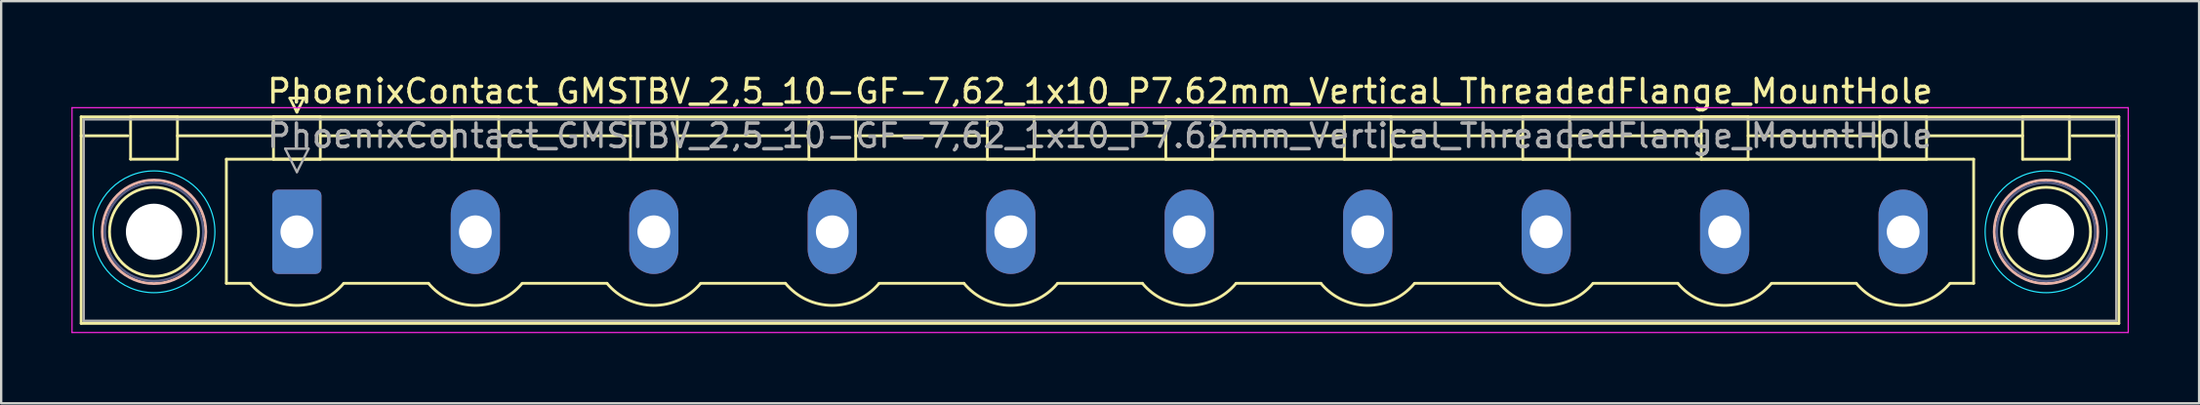
<source format=kicad_pcb>
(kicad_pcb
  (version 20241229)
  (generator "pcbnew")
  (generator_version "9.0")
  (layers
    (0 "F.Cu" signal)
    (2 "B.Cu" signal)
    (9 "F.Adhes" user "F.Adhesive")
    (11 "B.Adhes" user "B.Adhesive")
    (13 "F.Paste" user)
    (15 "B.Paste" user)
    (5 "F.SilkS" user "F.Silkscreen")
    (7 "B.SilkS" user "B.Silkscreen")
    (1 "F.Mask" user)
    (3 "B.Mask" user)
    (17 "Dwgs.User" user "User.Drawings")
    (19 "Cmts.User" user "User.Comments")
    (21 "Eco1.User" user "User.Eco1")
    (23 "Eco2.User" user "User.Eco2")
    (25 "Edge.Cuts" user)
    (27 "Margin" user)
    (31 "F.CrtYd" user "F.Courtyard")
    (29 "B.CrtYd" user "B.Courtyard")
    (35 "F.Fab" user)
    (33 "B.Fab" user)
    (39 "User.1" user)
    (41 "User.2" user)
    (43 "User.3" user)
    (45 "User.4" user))
  (footprint "PhoenixContact_GMSTBV_2,5_10-GF-7,62_1x10_P7.62mm_Vertical_ThreadedFlange_MountHole"
    (layer "F.Cu")
    (at 9.625 6.848)
    (property "Reference" "PhoenixContact_GMSTBV_2,5_10-GF-7,62_1x10_P7.62mm_Vertical_ThreadedFlange_MountHole" (at 34.29 -6 0) (layer "F.SilkS") (effects (font (size 1 1) (thickness 0.15))))
    (attr through_hole)
    (fp_line (start -9.21 -4.91) (end -9.21 3.91) (stroke (width 0.12) (type solid)) (layer "F.SilkS"))
    (fp_line (start -9.21 -4.1) (end -7.21 -4.1) (stroke (width 0.12) (type solid)) (layer "F.SilkS"))
    (fp_line (start -9.21 3.91) (end 77.79 3.91) (stroke (width 0.12) (type solid)) (layer "F.SilkS"))
    (fp_line (start -7.1 -4.91) (end -5.1 -4.91) (stroke (width 0.12) (type solid)) (layer "F.SilkS"))
    (fp_line (start -7.1 -3.1) (end -7.1 -4.91) (stroke (width 0.12) (type solid)) (layer "F.SilkS"))
    (fp_line (start -5.1 -4.91) (end -5.1 -3.1) (stroke (width 0.12) (type solid)) (layer "F.SilkS"))
    (fp_line (start -5.1 -4.1) (end -1 -4.1) (stroke (width 0.12) (type solid)) (layer "F.SilkS"))
    (fp_line (start -5.1 -3.1) (end -7.1 -3.1) (stroke (width 0.12) (type solid)) (layer "F.SilkS"))
    (fp_line (start -3.01 -3.1) (end 71.59 -3.1) (stroke (width 0.12) (type solid)) (layer "F.SilkS"))
    (fp_line (start -3.01 2.2) (end -3.01 -3.1) (stroke (width 0.12) (type solid)) (layer "F.SilkS"))
    (fp_line (start -2 2.2) (end -3.01 2.2) (stroke (width 0.12) (type solid)) (layer "F.SilkS"))
    (fp_line (start -1 -4.91) (end 1 -4.91) (stroke (width 0.12) (type solid)) (layer "F.SilkS"))
    (fp_line (start -1 -3.1) (end -1 -4.91) (stroke (width 0.12) (type solid)) (layer "F.SilkS"))
    (fp_line (start -0.3 -5.71) (end 0.3 -5.71) (stroke (width 0.12) (type solid)) (layer "F.SilkS"))
    (fp_line (start 0 -5.11) (end -0.3 -5.71) (stroke (width 0.12) (type solid)) (layer "F.SilkS"))
    (fp_line (start 0.3 -5.71) (end 0 -5.11) (stroke (width 0.12) (type solid)) (layer "F.SilkS"))
    (fp_line (start 1 -4.91) (end 1 -3.1) (stroke (width 0.12) (type solid)) (layer "F.SilkS"))
    (fp_line (start 1 -4.1) (end 6.62 -4.1) (stroke (width 0.12) (type solid)) (layer "F.SilkS"))
    (fp_line (start 1 -3.1) (end -1 -3.1) (stroke (width 0.12) (type solid)) (layer "F.SilkS"))
    (fp_line (start 2 2.2) (end 5.62 2.2) (stroke (width 0.12) (type solid)) (layer "F.SilkS"))
    (fp_line (start 6.62 -4.91) (end 8.62 -4.91) (stroke (width 0.12) (type solid)) (layer "F.SilkS"))
    (fp_line (start 6.62 -3.1) (end 6.62 -4.91) (stroke (width 0.12) (type solid)) (layer "F.SilkS"))
    (fp_line (start 8.62 -4.91) (end 8.62 -3.1) (stroke (width 0.12) (type solid)) (layer "F.SilkS"))
    (fp_line (start 8.62 -4.1) (end 14.24 -4.1) (stroke (width 0.12) (type solid)) (layer "F.SilkS"))
    (fp_line (start 8.62 -3.1) (end 6.62 -3.1) (stroke (width 0.12) (type solid)) (layer "F.SilkS"))
    (fp_line (start 9.62 2.2) (end 13.24 2.2) (stroke (width 0.12) (type solid)) (layer "F.SilkS"))
    (fp_line (start 14.24 -4.91) (end 16.24 -4.91) (stroke (width 0.12) (type solid)) (layer "F.SilkS"))
    (fp_line (start 14.24 -3.1) (end 14.24 -4.91) (stroke (width 0.12) (type solid)) (layer "F.SilkS"))
    (fp_line (start 16.24 -4.91) (end 16.24 -3.1) (stroke (width 0.12) (type solid)) (layer "F.SilkS"))
    (fp_line (start 16.24 -4.1) (end 21.86 -4.1) (stroke (width 0.12) (type solid)) (layer "F.SilkS"))
    (fp_line (start 16.24 -3.1) (end 14.24 -3.1) (stroke (width 0.12) (type solid)) (layer "F.SilkS"))
    (fp_line (start 17.24 2.2) (end 20.86 2.2) (stroke (width 0.12) (type solid)) (layer "F.SilkS"))
    (fp_line (start 21.86 -4.91) (end 23.86 -4.91) (stroke (width 0.12) (type solid)) (layer "F.SilkS"))
    (fp_line (start 21.86 -3.1) (end 21.86 -4.91) (stroke (width 0.12) (type solid)) (layer "F.SilkS"))
    (fp_line (start 23.86 -4.91) (end 23.86 -3.1) (stroke (width 0.12) (type solid)) (layer "F.SilkS"))
    (fp_line (start 23.86 -4.1) (end 29.48 -4.1) (stroke (width 0.12) (type solid)) (layer "F.SilkS"))
    (fp_line (start 23.86 -3.1) (end 21.86 -3.1) (stroke (width 0.12) (type solid)) (layer "F.SilkS"))
    (fp_line (start 24.86 2.2) (end 28.48 2.2) (stroke (width 0.12) (type solid)) (layer "F.SilkS"))
    (fp_line (start 29.48 -4.91) (end 31.48 -4.91) (stroke (width 0.12) (type solid)) (layer "F.SilkS"))
    (fp_line (start 29.48 -3.1) (end 29.48 -4.91) (stroke (width 0.12) (type solid)) (layer "F.SilkS"))
    (fp_line (start 31.48 -4.91) (end 31.48 -3.1) (stroke (width 0.12) (type solid)) (layer "F.SilkS"))
    (fp_line (start 31.48 -4.1) (end 37.1 -4.1) (stroke (width 0.12) (type solid)) (layer "F.SilkS"))
    (fp_line (start 31.48 -3.1) (end 29.48 -3.1) (stroke (width 0.12) (type solid)) (layer "F.SilkS"))
    (fp_line (start 32.48 2.2) (end 36.1 2.2) (stroke (width 0.12) (type solid)) (layer "F.SilkS"))
    (fp_line (start 37.1 -4.91) (end 39.1 -4.91) (stroke (width 0.12) (type solid)) (layer "F.SilkS"))
    (fp_line (start 37.1 -3.1) (end 37.1 -4.91) (stroke (width 0.12) (type solid)) (layer "F.SilkS"))
    (fp_line (start 39.1 -4.91) (end 39.1 -3.1) (stroke (width 0.12) (type solid)) (layer "F.SilkS"))
    (fp_line (start 39.1 -4.1) (end 44.72 -4.1) (stroke (width 0.12) (type solid)) (layer "F.SilkS"))
    (fp_line (start 39.1 -3.1) (end 37.1 -3.1) (stroke (width 0.12) (type solid)) (layer "F.SilkS"))
    (fp_line (start 40.1 2.2) (end 43.72 2.2) (stroke (width 0.12) (type solid)) (layer "F.SilkS"))
    (fp_line (start 44.72 -4.91) (end 46.72 -4.91) (stroke (width 0.12) (type solid)) (layer "F.SilkS"))
    (fp_line (start 44.72 -3.1) (end 44.72 -4.91) (stroke (width 0.12) (type solid)) (layer "F.SilkS"))
    (fp_line (start 46.72 -4.91) (end 46.72 -3.1) (stroke (width 0.12) (type solid)) (layer "F.SilkS"))
    (fp_line (start 46.72 -4.1) (end 52.34 -4.1) (stroke (width 0.12) (type solid)) (layer "F.SilkS"))
    (fp_line (start 46.72 -3.1) (end 44.72 -3.1) (stroke (width 0.12) (type solid)) (layer "F.SilkS"))
    (fp_line (start 47.72 2.2) (end 51.34 2.2) (stroke (width 0.12) (type solid)) (layer "F.SilkS"))
    (fp_line (start 52.34 -4.91) (end 54.34 -4.91) (stroke (width 0.12) (type solid)) (layer "F.SilkS"))
    (fp_line (start 52.34 -3.1) (end 52.34 -4.91) (stroke (width 0.12) (type solid)) (layer "F.SilkS"))
    (fp_line (start 54.34 -4.91) (end 54.34 -3.1) (stroke (width 0.12) (type solid)) (layer "F.SilkS"))
    (fp_line (start 54.34 -4.1) (end 59.96 -4.1) (stroke (width 0.12) (type solid)) (layer "F.SilkS"))
    (fp_line (start 54.34 -3.1) (end 52.34 -3.1) (stroke (width 0.12) (type solid)) (layer "F.SilkS"))
    (fp_line (start 55.34 2.2) (end 58.96 2.2) (stroke (width 0.12) (type solid)) (layer "F.SilkS"))
    (fp_line (start 59.96 -4.91) (end 61.96 -4.91) (stroke (width 0.12) (type solid)) (layer "F.SilkS"))
    (fp_line (start 59.96 -3.1) (end 59.96 -4.91) (stroke (width 0.12) (type solid)) (layer "F.SilkS"))
    (fp_line (start 61.96 -4.91) (end 61.96 -3.1) (stroke (width 0.12) (type solid)) (layer "F.SilkS"))
    (fp_line (start 61.96 -4.1) (end 67.58 -4.1) (stroke (width 0.12) (type solid)) (layer "F.SilkS"))
    (fp_line (start 61.96 -3.1) (end 59.96 -3.1) (stroke (width 0.12) (type solid)) (layer "F.SilkS"))
    (fp_line (start 62.96 2.2) (end 66.58 2.2) (stroke (width 0.12) (type solid)) (layer "F.SilkS"))
    (fp_line (start 67.58 -4.91) (end 69.58 -4.91) (stroke (width 0.12) (type solid)) (layer "F.SilkS"))
    (fp_line (start 67.58 -3.1) (end 67.58 -4.91) (stroke (width 0.12) (type solid)) (layer "F.SilkS"))
    (fp_line (start 69.58 -4.91) (end 69.58 -3.1) (stroke (width 0.12) (type solid)) (layer "F.SilkS"))
    (fp_line (start 69.58 -4.1) (end 73.68 -4.1) (stroke (width 0.12) (type solid)) (layer "F.SilkS"))
    (fp_line (start 69.58 -3.1) (end 67.58 -3.1) (stroke (width 0.12) (type solid)) (layer "F.SilkS"))
    (fp_line (start 71.59 -3.1) (end 71.59 2.2) (stroke (width 0.12) (type solid)) (layer "F.SilkS"))
    (fp_line (start 71.59 2.2) (end 70.58 2.2) (stroke (width 0.12) (type solid)) (layer "F.SilkS"))
    (fp_line (start 73.68 -4.91) (end 75.68 -4.91) (stroke (width 0.12) (type solid)) (layer "F.SilkS"))
    (fp_line (start 73.68 -3.1) (end 73.68 -4.91) (stroke (width 0.12) (type solid)) (layer "F.SilkS"))
    (fp_line (start 75.68 -4.91) (end 75.68 -3.1) (stroke (width 0.12) (type solid)) (layer "F.SilkS"))
    (fp_line (start 75.68 -3.1) (end 73.68 -3.1) (stroke (width 0.12) (type solid)) (layer "F.SilkS"))
    (fp_line (start 77.79 -4.91) (end -9.21 -4.91) (stroke (width 0.12) (type solid)) (layer "F.SilkS"))
    (fp_line (start 77.79 -4.1) (end 75.79 -4.1) (stroke (width 0.12) (type solid)) (layer "F.SilkS"))
    (fp_line (start 77.79 3.91) (end 77.79 -4.91) (stroke (width 0.12) (type solid)) (layer "F.SilkS"))
    (fp_arc (start 1.986842 2.215821) (mid -0.010289 3.142758) (end -2 2.2) (stroke (width 0.12) (type solid)) (layer "F.SilkS"))
    (fp_arc (start 9.606842 2.215821) (mid 7.609711 3.142758) (end 5.62 2.2) (stroke (width 0.12) (type solid)) (layer "F.SilkS"))
    (fp_arc (start 17.226842 2.215821) (mid 15.229711 3.142758) (end 13.24 2.2) (stroke (width 0.12) (type solid)) (layer "F.SilkS"))
    (fp_arc (start 24.846842 2.215821) (mid 22.849711 3.142758) (end 20.86 2.2) (stroke (width 0.12) (type solid)) (layer "F.SilkS"))
    (fp_arc (start 32.466842 2.215821) (mid 30.469711 3.142758) (end 28.48 2.2) (stroke (width 0.12) (type solid)) (layer "F.SilkS"))
    (fp_arc (start 40.086842 2.215821) (mid 38.089711 3.142758) (end 36.1 2.2) (stroke (width 0.12) (type solid)) (layer "F.SilkS"))
    (fp_arc (start 47.706842 2.215821) (mid 45.709711 3.142758) (end 43.72 2.2) (stroke (width 0.12) (type solid)) (layer "F.SilkS"))
    (fp_arc (start 55.326842 2.215821) (mid 53.329711 3.142758) (end 51.34 2.2) (stroke (width 0.12) (type solid)) (layer "F.SilkS"))
    (fp_arc (start 62.946842 2.215821) (mid 60.949711 3.142758) (end 58.96 2.2) (stroke (width 0.12) (type solid)) (layer "F.SilkS"))
    (fp_arc (start 70.566842 2.215821) (mid 68.569711 3.142758) (end 66.58 2.2) (stroke (width 0.12) (type solid)) (layer "F.SilkS"))
    (fp_circle (center -6.1 0) (end -4.2 0) (stroke (width 0.12) (type solid)) (fill no) (layer "F.SilkS"))
    (fp_circle (center 74.68 0) (end 76.58 0) (stroke (width 0.12) (type solid)) (fill no) (layer "F.SilkS"))
    (fp_circle (center -6.1 0) (end -3.89 0) (stroke (width 0.12) (type solid)) (fill no) (layer "B.SilkS"))
    (fp_circle (center 74.68 0) (end 76.89 0) (stroke (width 0.12) (type solid)) (fill no) (layer "B.SilkS"))
    (fp_circle (center -6.1 0) (end -3.5 0) (stroke (width 0.05) (type solid)) (fill no) (layer "B.CrtYd"))
    (fp_circle (center 74.68 0) (end 77.28 0) (stroke (width 0.05) (type solid)) (fill no) (layer "B.CrtYd"))
    (fp_line (start -9.6 -5.3) (end -9.6 4.3) (stroke (width 0.05) (type solid)) (layer "F.CrtYd"))
    (fp_line (start -9.6 4.3) (end 78.19 4.3) (stroke (width 0.05) (type solid)) (layer "F.CrtYd"))
    (fp_line (start 78.19 -5.3) (end -9.6 -5.3) (stroke (width 0.05) (type solid)) (layer "F.CrtYd"))
    (fp_line (start 78.19 4.3) (end 78.19 -5.3) (stroke (width 0.05) (type solid)) (layer "F.CrtYd"))
    (fp_circle (center -6.1 0) (end -4 0) (stroke (width 0.1) (type solid)) (fill no) (layer "B.Fab"))
    (fp_circle (center 74.68 0) (end 76.78 0) (stroke (width 0.1) (type solid)) (fill no) (layer "B.Fab"))
    (fp_line (start -9.1 -4.8) (end -9.1 3.8) (stroke (width 0.1) (type solid)) (layer "F.Fab"))
    (fp_line (start -9.1 3.8) (end 77.68 3.8) (stroke (width 0.1) (type solid)) (layer "F.Fab"))
    (fp_line (start -0.5 -3.55) (end 0.5 -3.55) (stroke (width 0.1) (type solid)) (layer "F.Fab"))
    (fp_line (start 0 -2.55) (end -0.5 -3.55) (stroke (width 0.1) (type solid)) (layer "F.Fab"))
    (fp_line (start 0.5 -3.55) (end 0 -2.55) (stroke (width 0.1) (type solid)) (layer "F.Fab"))
    (fp_line (start 77.68 -4.8) (end -9.1 -4.8) (stroke (width 0.1) (type solid)) (layer "F.Fab"))
    (fp_line (start 77.68 3.8) (end 77.68 -4.8) (stroke (width 0.1) (type solid)) (layer "F.Fab"))
    (fp_text user "${REFERENCE}" (at 34.29 -4.1 0) (layer "F.Fab") (effects (font (size 1 1) (thickness 0.15))))
    (pad "" np_thru_hole circle (at -6.1 0) (size 2.4 2.4) (drill 2.4) (layers "*.Cu" "*.Mask"))
    (pad "" np_thru_hole circle (at 74.68 0) (size 2.4 2.4) (drill 2.4) (layers "*.Cu" "*.Mask"))
    (pad "1" thru_hole roundrect (at 0 0) (size 2.1 3.6) (drill 1.4) (layers "*.Cu" "*.Mask") (roundrect_rratio 0.119))
    (pad "2" thru_hole oval (at 7.62 0) (size 2.1 3.6) (drill 1.4) (layers "*.Cu" "*.Mask"))
    (pad "3" thru_hole oval (at 15.24 0) (size 2.1 3.6) (drill 1.4) (layers "*.Cu" "*.Mask"))
    (pad "4" thru_hole oval (at 22.86 0) (size 2.1 3.6) (drill 1.4) (layers "*.Cu" "*.Mask"))
    (pad "5" thru_hole oval (at 30.48 0) (size 2.1 3.6) (drill 1.4) (layers "*.Cu" "*.Mask"))
    (pad "6" thru_hole oval (at 38.1 0) (size 2.1 3.6) (drill 1.4) (layers "*.Cu" "*.Mask"))
    (pad "7" thru_hole oval (at 45.72 0) (size 2.1 3.6) (drill 1.4) (layers "*.Cu" "*.Mask"))
    (pad "8" thru_hole oval (at 53.34 0) (size 2.1 3.6) (drill 1.4) (layers "*.Cu" "*.Mask"))
    (pad "9" thru_hole oval (at 60.96 0) (size 2.1 3.6) (drill 1.4) (layers "*.Cu" "*.Mask"))
    (pad "10" thru_hole oval (at 68.58 0) (size 2.1 3.6) (drill 1.4) (layers "*.Cu" "*.Mask")))
  (gr_rect
    (start -3 -3)
    (end 90.84 14.173)
    (stroke (width 0.1) (type default))
    (fill no)
    (layer "Edge.Cuts")))
</source>
